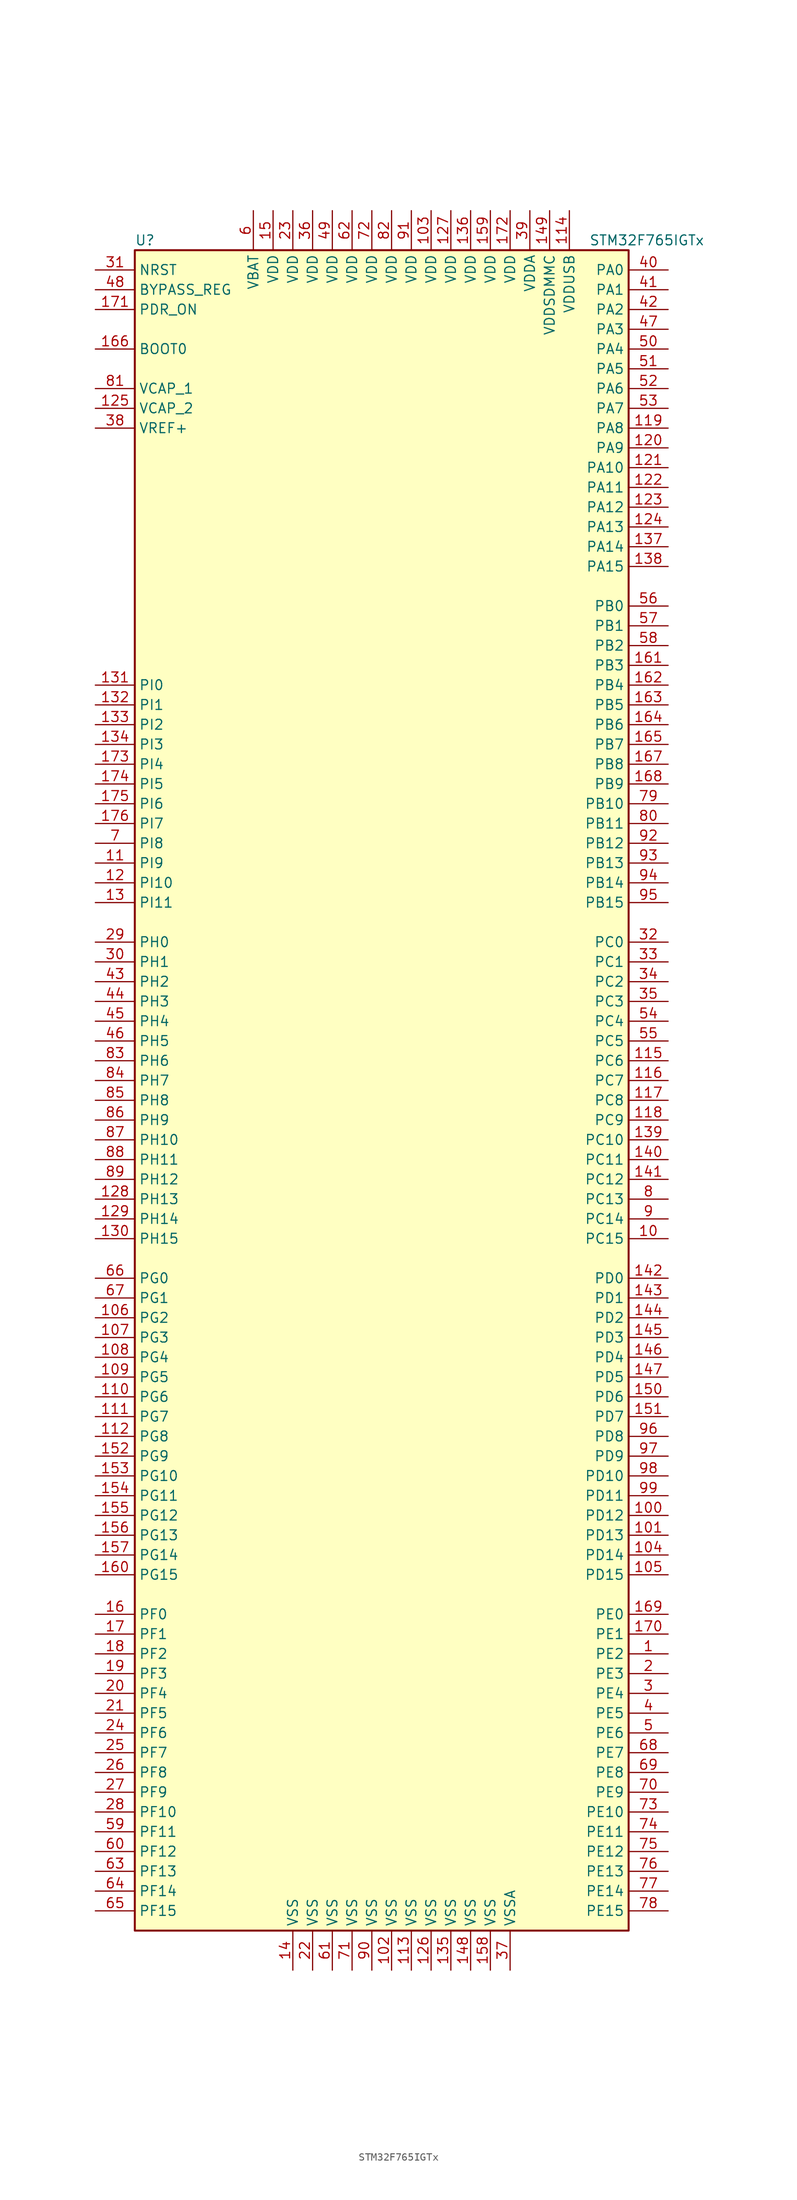
<source format=kicad_sym>
(kicad_symbol_lib
  (version 20201005)
  (generator kicad_symbol_editor)
  (symbol "STM32F765IGTx"
    (property "Reference" "U"
      (at -33.02 107.95 0)
      (effects (font (size 1.27 1.27)) (justify left)))
    (property "Value" "STM32F765IGTx"
      (at 25.4 107.95 0)
      (effects (font (size 1.27 1.27)) (justify left)))
    (symbol "STM32F765IGTx_0_1"
      (rectangle (start -33.02 -109.22) (end 30.48 106.68) (stroke (width 0.254)) (fill (type background))))
    (symbol "STM32F765IGTx_1_1"
      (pin input line (at -38.1 93.98 0) (length 5.08) (name "BOOT0" (effects (font (size 1.27 1.27)))) (number "166" (effects (font (size 1.27 1.27)))))
      (pin input line (at -38.1 101.6 0) (length 5.08) (name "BYPASS_REG" (effects (font (size 1.27 1.27)))) (number "48" (effects (font (size 1.27 1.27)))))
      (pin input line (at -38.1 104.14 0) (length 5.08) (name "NRST" (effects (font (size 1.27 1.27)))) (number "31" (effects (font (size 1.27 1.27)))))
      (pin bidirectional line (at 35.56 104.14 180) (length 5.08) (name "PA0" (effects (font (size 1.27 1.27)))) (number "40" (effects (font (size 1.27 1.27)))))
      (pin bidirectional line (at 35.56 101.6 180) (length 5.08) (name "PA1" (effects (font (size 1.27 1.27)))) (number "41" (effects (font (size 1.27 1.27)))))
      (pin bidirectional line (at 35.56 78.74 180) (length 5.08) (name "PA10" (effects (font (size 1.27 1.27)))) (number "121" (effects (font (size 1.27 1.27)))))
      (pin bidirectional line (at 35.56 76.2 180) (length 5.08) (name "PA11" (effects (font (size 1.27 1.27)))) (number "122" (effects (font (size 1.27 1.27)))))
      (pin bidirectional line (at 35.56 73.66 180) (length 5.08) (name "PA12" (effects (font (size 1.27 1.27)))) (number "123" (effects (font (size 1.27 1.27)))))
      (pin bidirectional line (at 35.56 71.12 180) (length 5.08) (name "PA13" (effects (font (size 1.27 1.27)))) (number "124" (effects (font (size 1.27 1.27)))))
      (pin bidirectional line (at 35.56 68.58 180) (length 5.08) (name "PA14" (effects (font (size 1.27 1.27)))) (number "137" (effects (font (size 1.27 1.27)))))
      (pin bidirectional line (at 35.56 66.04 180) (length 5.08) (name "PA15" (effects (font (size 1.27 1.27)))) (number "138" (effects (font (size 1.27 1.27)))))
      (pin bidirectional line (at 35.56 99.06 180) (length 5.08) (name "PA2" (effects (font (size 1.27 1.27)))) (number "42" (effects (font (size 1.27 1.27)))))
      (pin bidirectional line (at 35.56 96.52 180) (length 5.08) (name "PA3" (effects (font (size 1.27 1.27)))) (number "47" (effects (font (size 1.27 1.27)))))
      (pin bidirectional line (at 35.56 93.98 180) (length 5.08) (name "PA4" (effects (font (size 1.27 1.27)))) (number "50" (effects (font (size 1.27 1.27)))))
      (pin bidirectional line (at 35.56 91.44 180) (length 5.08) (name "PA5" (effects (font (size 1.27 1.27)))) (number "51" (effects (font (size 1.27 1.27)))))
      (pin bidirectional line (at 35.56 88.9 180) (length 5.08) (name "PA6" (effects (font (size 1.27 1.27)))) (number "52" (effects (font (size 1.27 1.27)))))
      (pin bidirectional line (at 35.56 86.36 180) (length 5.08) (name "PA7" (effects (font (size 1.27 1.27)))) (number "53" (effects (font (size 1.27 1.27)))))
      (pin bidirectional line (at 35.56 83.82 180) (length 5.08) (name "PA8" (effects (font (size 1.27 1.27)))) (number "119" (effects (font (size 1.27 1.27)))))
      (pin bidirectional line (at 35.56 81.28 180) (length 5.08) (name "PA9" (effects (font (size 1.27 1.27)))) (number "120" (effects (font (size 1.27 1.27)))))
      (pin bidirectional line (at 35.56 60.96 180) (length 5.08) (name "PB0" (effects (font (size 1.27 1.27)))) (number "56" (effects (font (size 1.27 1.27)))))
      (pin bidirectional line (at 35.56 58.42 180) (length 5.08) (name "PB1" (effects (font (size 1.27 1.27)))) (number "57" (effects (font (size 1.27 1.27)))))
      (pin bidirectional line (at 35.56 35.56 180) (length 5.08) (name "PB10" (effects (font (size 1.27 1.27)))) (number "79" (effects (font (size 1.27 1.27)))))
      (pin bidirectional line (at 35.56 33.02 180) (length 5.08) (name "PB11" (effects (font (size 1.27 1.27)))) (number "80" (effects (font (size 1.27 1.27)))))
      (pin bidirectional line (at 35.56 30.48 180) (length 5.08) (name "PB12" (effects (font (size 1.27 1.27)))) (number "92" (effects (font (size 1.27 1.27)))))
      (pin bidirectional line (at 35.56 27.94 180) (length 5.08) (name "PB13" (effects (font (size 1.27 1.27)))) (number "93" (effects (font (size 1.27 1.27)))))
      (pin bidirectional line (at 35.56 25.4 180) (length 5.08) (name "PB14" (effects (font (size 1.27 1.27)))) (number "94" (effects (font (size 1.27 1.27)))))
      (pin bidirectional line (at 35.56 22.86 180) (length 5.08) (name "PB15" (effects (font (size 1.27 1.27)))) (number "95" (effects (font (size 1.27 1.27)))))
      (pin bidirectional line (at 35.56 55.88 180) (length 5.08) (name "PB2" (effects (font (size 1.27 1.27)))) (number "58" (effects (font (size 1.27 1.27)))))
      (pin bidirectional line (at 35.56 53.34 180) (length 5.08) (name "PB3" (effects (font (size 1.27 1.27)))) (number "161" (effects (font (size 1.27 1.27)))))
      (pin bidirectional line (at 35.56 50.8 180) (length 5.08) (name "PB4" (effects (font (size 1.27 1.27)))) (number "162" (effects (font (size 1.27 1.27)))))
      (pin bidirectional line (at 35.56 48.26 180) (length 5.08) (name "PB5" (effects (font (size 1.27 1.27)))) (number "163" (effects (font (size 1.27 1.27)))))
      (pin bidirectional line (at 35.56 45.72 180) (length 5.08) (name "PB6" (effects (font (size 1.27 1.27)))) (number "164" (effects (font (size 1.27 1.27)))))
      (pin bidirectional line (at 35.56 43.18 180) (length 5.08) (name "PB7" (effects (font (size 1.27 1.27)))) (number "165" (effects (font (size 1.27 1.27)))))
      (pin bidirectional line (at 35.56 40.64 180) (length 5.08) (name "PB8" (effects (font (size 1.27 1.27)))) (number "167" (effects (font (size 1.27 1.27)))))
      (pin bidirectional line (at 35.56 38.1 180) (length 5.08) (name "PB9" (effects (font (size 1.27 1.27)))) (number "168" (effects (font (size 1.27 1.27)))))
      (pin bidirectional line (at 35.56 17.78 180) (length 5.08) (name "PC0" (effects (font (size 1.27 1.27)))) (number "32" (effects (font (size 1.27 1.27)))))
      (pin bidirectional line (at 35.56 15.24 180) (length 5.08) (name "PC1" (effects (font (size 1.27 1.27)))) (number "33" (effects (font (size 1.27 1.27)))))
      (pin bidirectional line (at 35.56 -7.62 180) (length 5.08) (name "PC10" (effects (font (size 1.27 1.27)))) (number "139" (effects (font (size 1.27 1.27)))))
      (pin bidirectional line (at 35.56 -10.16 180) (length 5.08) (name "PC11" (effects (font (size 1.27 1.27)))) (number "140" (effects (font (size 1.27 1.27)))))
      (pin bidirectional line (at 35.56 -12.7 180) (length 5.08) (name "PC12" (effects (font (size 1.27 1.27)))) (number "141" (effects (font (size 1.27 1.27)))))
      (pin bidirectional line (at 35.56 -15.24 180) (length 5.08) (name "PC13" (effects (font (size 1.27 1.27)))) (number "8" (effects (font (size 1.27 1.27)))))
      (pin bidirectional line (at 35.56 -17.78 180) (length 5.08) (name "PC14" (effects (font (size 1.27 1.27)))) (number "9" (effects (font (size 1.27 1.27)))))
      (pin bidirectional line (at 35.56 -20.32 180) (length 5.08) (name "PC15" (effects (font (size 1.27 1.27)))) (number "10" (effects (font (size 1.27 1.27)))))
      (pin bidirectional line (at 35.56 12.7 180) (length 5.08) (name "PC2" (effects (font (size 1.27 1.27)))) (number "34" (effects (font (size 1.27 1.27)))))
      (pin bidirectional line (at 35.56 10.16 180) (length 5.08) (name "PC3" (effects (font (size 1.27 1.27)))) (number "35" (effects (font (size 1.27 1.27)))))
      (pin bidirectional line (at 35.56 7.62 180) (length 5.08) (name "PC4" (effects (font (size 1.27 1.27)))) (number "54" (effects (font (size 1.27 1.27)))))
      (pin bidirectional line (at 35.56 5.08 180) (length 5.08) (name "PC5" (effects (font (size 1.27 1.27)))) (number "55" (effects (font (size 1.27 1.27)))))
      (pin bidirectional line (at 35.56 2.54 180) (length 5.08) (name "PC6" (effects (font (size 1.27 1.27)))) (number "115" (effects (font (size 1.27 1.27)))))
      (pin bidirectional line (at 35.56 0 180) (length 5.08) (name "PC7" (effects (font (size 1.27 1.27)))) (number "116" (effects (font (size 1.27 1.27)))))
      (pin bidirectional line (at 35.56 -2.54 180) (length 5.08) (name "PC8" (effects (font (size 1.27 1.27)))) (number "117" (effects (font (size 1.27 1.27)))))
      (pin bidirectional line (at 35.56 -5.08 180) (length 5.08) (name "PC9" (effects (font (size 1.27 1.27)))) (number "118" (effects (font (size 1.27 1.27)))))
      (pin bidirectional line (at 35.56 -25.4 180) (length 5.08) (name "PD0" (effects (font (size 1.27 1.27)))) (number "142" (effects (font (size 1.27 1.27)))))
      (pin bidirectional line (at 35.56 -27.94 180) (length 5.08) (name "PD1" (effects (font (size 1.27 1.27)))) (number "143" (effects (font (size 1.27 1.27)))))
      (pin bidirectional line (at 35.56 -50.8 180) (length 5.08) (name "PD10" (effects (font (size 1.27 1.27)))) (number "98" (effects (font (size 1.27 1.27)))))
      (pin bidirectional line (at 35.56 -53.34 180) (length 5.08) (name "PD11" (effects (font (size 1.27 1.27)))) (number "99" (effects (font (size 1.27 1.27)))))
      (pin bidirectional line (at 35.56 -55.88 180) (length 5.08) (name "PD12" (effects (font (size 1.27 1.27)))) (number "100" (effects (font (size 1.27 1.27)))))
      (pin bidirectional line (at 35.56 -58.42 180) (length 5.08) (name "PD13" (effects (font (size 1.27 1.27)))) (number "101" (effects (font (size 1.27 1.27)))))
      (pin bidirectional line (at 35.56 -60.96 180) (length 5.08) (name "PD14" (effects (font (size 1.27 1.27)))) (number "104" (effects (font (size 1.27 1.27)))))
      (pin bidirectional line (at 35.56 -63.5 180) (length 5.08) (name "PD15" (effects (font (size 1.27 1.27)))) (number "105" (effects (font (size 1.27 1.27)))))
      (pin bidirectional line (at 35.56 -30.48 180) (length 5.08) (name "PD2" (effects (font (size 1.27 1.27)))) (number "144" (effects (font (size 1.27 1.27)))))
      (pin bidirectional line (at 35.56 -33.02 180) (length 5.08) (name "PD3" (effects (font (size 1.27 1.27)))) (number "145" (effects (font (size 1.27 1.27)))))
      (pin bidirectional line (at 35.56 -35.56 180) (length 5.08) (name "PD4" (effects (font (size 1.27 1.27)))) (number "146" (effects (font (size 1.27 1.27)))))
      (pin bidirectional line (at 35.56 -38.1 180) (length 5.08) (name "PD5" (effects (font (size 1.27 1.27)))) (number "147" (effects (font (size 1.27 1.27)))))
      (pin bidirectional line (at 35.56 -40.64 180) (length 5.08) (name "PD6" (effects (font (size 1.27 1.27)))) (number "150" (effects (font (size 1.27 1.27)))))
      (pin bidirectional line (at 35.56 -43.18 180) (length 5.08) (name "PD7" (effects (font (size 1.27 1.27)))) (number "151" (effects (font (size 1.27 1.27)))))
      (pin bidirectional line (at 35.56 -45.72 180) (length 5.08) (name "PD8" (effects (font (size 1.27 1.27)))) (number "96" (effects (font (size 1.27 1.27)))))
      (pin bidirectional line (at 35.56 -48.26 180) (length 5.08) (name "PD9" (effects (font (size 1.27 1.27)))) (number "97" (effects (font (size 1.27 1.27)))))
      (pin input line (at -38.1 99.06 0) (length 5.08) (name "PDR_ON" (effects (font (size 1.27 1.27)))) (number "171" (effects (font (size 1.27 1.27)))))
      (pin bidirectional line (at 35.56 -68.58 180) (length 5.08) (name "PE0" (effects (font (size 1.27 1.27)))) (number "169" (effects (font (size 1.27 1.27)))))
      (pin bidirectional line (at 35.56 -71.12 180) (length 5.08) (name "PE1" (effects (font (size 1.27 1.27)))) (number "170" (effects (font (size 1.27 1.27)))))
      (pin bidirectional line (at 35.56 -93.98 180) (length 5.08) (name "PE10" (effects (font (size 1.27 1.27)))) (number "73" (effects (font (size 1.27 1.27)))))
      (pin bidirectional line (at 35.56 -96.52 180) (length 5.08) (name "PE11" (effects (font (size 1.27 1.27)))) (number "74" (effects (font (size 1.27 1.27)))))
      (pin bidirectional line (at 35.56 -99.06 180) (length 5.08) (name "PE12" (effects (font (size 1.27 1.27)))) (number "75" (effects (font (size 1.27 1.27)))))
      (pin bidirectional line (at 35.56 -101.6 180) (length 5.08) (name "PE13" (effects (font (size 1.27 1.27)))) (number "76" (effects (font (size 1.27 1.27)))))
      (pin bidirectional line (at 35.56 -104.14 180) (length 5.08) (name "PE14" (effects (font (size 1.27 1.27)))) (number "77" (effects (font (size 1.27 1.27)))))
      (pin bidirectional line (at 35.56 -106.68 180) (length 5.08) (name "PE15" (effects (font (size 1.27 1.27)))) (number "78" (effects (font (size 1.27 1.27)))))
      (pin bidirectional line (at 35.56 -73.66 180) (length 5.08) (name "PE2" (effects (font (size 1.27 1.27)))) (number "1" (effects (font (size 1.27 1.27)))))
      (pin bidirectional line (at 35.56 -76.2 180) (length 5.08) (name "PE3" (effects (font (size 1.27 1.27)))) (number "2" (effects (font (size 1.27 1.27)))))
      (pin bidirectional line (at 35.56 -78.74 180) (length 5.08) (name "PE4" (effects (font (size 1.27 1.27)))) (number "3" (effects (font (size 1.27 1.27)))))
      (pin bidirectional line (at 35.56 -81.28 180) (length 5.08) (name "PE5" (effects (font (size 1.27 1.27)))) (number "4" (effects (font (size 1.27 1.27)))))
      (pin bidirectional line (at 35.56 -83.82 180) (length 5.08) (name "PE6" (effects (font (size 1.27 1.27)))) (number "5" (effects (font (size 1.27 1.27)))))
      (pin bidirectional line (at 35.56 -86.36 180) (length 5.08) (name "PE7" (effects (font (size 1.27 1.27)))) (number "68" (effects (font (size 1.27 1.27)))))
      (pin bidirectional line (at 35.56 -88.9 180) (length 5.08) (name "PE8" (effects (font (size 1.27 1.27)))) (number "69" (effects (font (size 1.27 1.27)))))
      (pin bidirectional line (at 35.56 -91.44 180) (length 5.08) (name "PE9" (effects (font (size 1.27 1.27)))) (number "70" (effects (font (size 1.27 1.27)))))
      (pin bidirectional line (at -38.1 -68.58 0) (length 5.08) (name "PF0" (effects (font (size 1.27 1.27)))) (number "16" (effects (font (size 1.27 1.27)))))
      (pin bidirectional line (at -38.1 -71.12 0) (length 5.08) (name "PF1" (effects (font (size 1.27 1.27)))) (number "17" (effects (font (size 1.27 1.27)))))
      (pin bidirectional line (at -38.1 -93.98 0) (length 5.08) (name "PF10" (effects (font (size 1.27 1.27)))) (number "28" (effects (font (size 1.27 1.27)))))
      (pin bidirectional line (at -38.1 -96.52 0) (length 5.08) (name "PF11" (effects (font (size 1.27 1.27)))) (number "59" (effects (font (size 1.27 1.27)))))
      (pin bidirectional line (at -38.1 -99.06 0) (length 5.08) (name "PF12" (effects (font (size 1.27 1.27)))) (number "60" (effects (font (size 1.27 1.27)))))
      (pin bidirectional line (at -38.1 -101.6 0) (length 5.08) (name "PF13" (effects (font (size 1.27 1.27)))) (number "63" (effects (font (size 1.27 1.27)))))
      (pin bidirectional line (at -38.1 -104.14 0) (length 5.08) (name "PF14" (effects (font (size 1.27 1.27)))) (number "64" (effects (font (size 1.27 1.27)))))
      (pin bidirectional line (at -38.1 -106.68 0) (length 5.08) (name "PF15" (effects (font (size 1.27 1.27)))) (number "65" (effects (font (size 1.27 1.27)))))
      (pin bidirectional line (at -38.1 -73.66 0) (length 5.08) (name "PF2" (effects (font (size 1.27 1.27)))) (number "18" (effects (font (size 1.27 1.27)))))
      (pin bidirectional line (at -38.1 -76.2 0) (length 5.08) (name "PF3" (effects (font (size 1.27 1.27)))) (number "19" (effects (font (size 1.27 1.27)))))
      (pin bidirectional line (at -38.1 -78.74 0) (length 5.08) (name "PF4" (effects (font (size 1.27 1.27)))) (number "20" (effects (font (size 1.27 1.27)))))
      (pin bidirectional line (at -38.1 -81.28 0) (length 5.08) (name "PF5" (effects (font (size 1.27 1.27)))) (number "21" (effects (font (size 1.27 1.27)))))
      (pin bidirectional line (at -38.1 -83.82 0) (length 5.08) (name "PF6" (effects (font (size 1.27 1.27)))) (number "24" (effects (font (size 1.27 1.27)))))
      (pin bidirectional line (at -38.1 -86.36 0) (length 5.08) (name "PF7" (effects (font (size 1.27 1.27)))) (number "25" (effects (font (size 1.27 1.27)))))
      (pin bidirectional line (at -38.1 -88.9 0) (length 5.08) (name "PF8" (effects (font (size 1.27 1.27)))) (number "26" (effects (font (size 1.27 1.27)))))
      (pin bidirectional line (at -38.1 -91.44 0) (length 5.08) (name "PF9" (effects (font (size 1.27 1.27)))) (number "27" (effects (font (size 1.27 1.27)))))
      (pin bidirectional line (at -38.1 -25.4 0) (length 5.08) (name "PG0" (effects (font (size 1.27 1.27)))) (number "66" (effects (font (size 1.27 1.27)))))
      (pin bidirectional line (at -38.1 -27.94 0) (length 5.08) (name "PG1" (effects (font (size 1.27 1.27)))) (number "67" (effects (font (size 1.27 1.27)))))
      (pin bidirectional line (at -38.1 -50.8 0) (length 5.08) (name "PG10" (effects (font (size 1.27 1.27)))) (number "153" (effects (font (size 1.27 1.27)))))
      (pin bidirectional line (at -38.1 -53.34 0) (length 5.08) (name "PG11" (effects (font (size 1.27 1.27)))) (number "154" (effects (font (size 1.27 1.27)))))
      (pin bidirectional line (at -38.1 -55.88 0) (length 5.08) (name "PG12" (effects (font (size 1.27 1.27)))) (number "155" (effects (font (size 1.27 1.27)))))
      (pin bidirectional line (at -38.1 -58.42 0) (length 5.08) (name "PG13" (effects (font (size 1.27 1.27)))) (number "156" (effects (font (size 1.27 1.27)))))
      (pin bidirectional line (at -38.1 -60.96 0) (length 5.08) (name "PG14" (effects (font (size 1.27 1.27)))) (number "157" (effects (font (size 1.27 1.27)))))
      (pin bidirectional line (at -38.1 -63.5 0) (length 5.08) (name "PG15" (effects (font (size 1.27 1.27)))) (number "160" (effects (font (size 1.27 1.27)))))
      (pin bidirectional line (at -38.1 -30.48 0) (length 5.08) (name "PG2" (effects (font (size 1.27 1.27)))) (number "106" (effects (font (size 1.27 1.27)))))
      (pin bidirectional line (at -38.1 -33.02 0) (length 5.08) (name "PG3" (effects (font (size 1.27 1.27)))) (number "107" (effects (font (size 1.27 1.27)))))
      (pin bidirectional line (at -38.1 -35.56 0) (length 5.08) (name "PG4" (effects (font (size 1.27 1.27)))) (number "108" (effects (font (size 1.27 1.27)))))
      (pin bidirectional line (at -38.1 -38.1 0) (length 5.08) (name "PG5" (effects (font (size 1.27 1.27)))) (number "109" (effects (font (size 1.27 1.27)))))
      (pin bidirectional line (at -38.1 -40.64 0) (length 5.08) (name "PG6" (effects (font (size 1.27 1.27)))) (number "110" (effects (font (size 1.27 1.27)))))
      (pin bidirectional line (at -38.1 -43.18 0) (length 5.08) (name "PG7" (effects (font (size 1.27 1.27)))) (number "111" (effects (font (size 1.27 1.27)))))
      (pin bidirectional line (at -38.1 -45.72 0) (length 5.08) (name "PG8" (effects (font (size 1.27 1.27)))) (number "112" (effects (font (size 1.27 1.27)))))
      (pin bidirectional line (at -38.1 -48.26 0) (length 5.08) (name "PG9" (effects (font (size 1.27 1.27)))) (number "152" (effects (font (size 1.27 1.27)))))
      (pin input line (at -38.1 17.78 0) (length 5.08) (name "PH0" (effects (font (size 1.27 1.27)))) (number "29" (effects (font (size 1.27 1.27)))))
      (pin input line (at -38.1 15.24 0) (length 5.08) (name "PH1" (effects (font (size 1.27 1.27)))) (number "30" (effects (font (size 1.27 1.27)))))
      (pin bidirectional line (at -38.1 -7.62 0) (length 5.08) (name "PH10" (effects (font (size 1.27 1.27)))) (number "87" (effects (font (size 1.27 1.27)))))
      (pin bidirectional line (at -38.1 -10.16 0) (length 5.08) (name "PH11" (effects (font (size 1.27 1.27)))) (number "88" (effects (font (size 1.27 1.27)))))
      (pin bidirectional line (at -38.1 -12.7 0) (length 5.08) (name "PH12" (effects (font (size 1.27 1.27)))) (number "89" (effects (font (size 1.27 1.27)))))
      (pin bidirectional line (at -38.1 -15.24 0) (length 5.08) (name "PH13" (effects (font (size 1.27 1.27)))) (number "128" (effects (font (size 1.27 1.27)))))
      (pin bidirectional line (at -38.1 -17.78 0) (length 5.08) (name "PH14" (effects (font (size 1.27 1.27)))) (number "129" (effects (font (size 1.27 1.27)))))
      (pin bidirectional line (at -38.1 -20.32 0) (length 5.08) (name "PH15" (effects (font (size 1.27 1.27)))) (number "130" (effects (font (size 1.27 1.27)))))
      (pin bidirectional line (at -38.1 12.7 0) (length 5.08) (name "PH2" (effects (font (size 1.27 1.27)))) (number "43" (effects (font (size 1.27 1.27)))))
      (pin bidirectional line (at -38.1 10.16 0) (length 5.08) (name "PH3" (effects (font (size 1.27 1.27)))) (number "44" (effects (font (size 1.27 1.27)))))
      (pin bidirectional line (at -38.1 7.62 0) (length 5.08) (name "PH4" (effects (font (size 1.27 1.27)))) (number "45" (effects (font (size 1.27 1.27)))))
      (pin bidirectional line (at -38.1 5.08 0) (length 5.08) (name "PH5" (effects (font (size 1.27 1.27)))) (number "46" (effects (font (size 1.27 1.27)))))
      (pin bidirectional line (at -38.1 2.54 0) (length 5.08) (name "PH6" (effects (font (size 1.27 1.27)))) (number "83" (effects (font (size 1.27 1.27)))))
      (pin bidirectional line (at -38.1 0 0) (length 5.08) (name "PH7" (effects (font (size 1.27 1.27)))) (number "84" (effects (font (size 1.27 1.27)))))
      (pin bidirectional line (at -38.1 -2.54 0) (length 5.08) (name "PH8" (effects (font (size 1.27 1.27)))) (number "85" (effects (font (size 1.27 1.27)))))
      (pin bidirectional line (at -38.1 -5.08 0) (length 5.08) (name "PH9" (effects (font (size 1.27 1.27)))) (number "86" (effects (font (size 1.27 1.27)))))
      (pin bidirectional line (at -38.1 50.8 0) (length 5.08) (name "PI0" (effects (font (size 1.27 1.27)))) (number "131" (effects (font (size 1.27 1.27)))))
      (pin bidirectional line (at -38.1 48.26 0) (length 5.08) (name "PI1" (effects (font (size 1.27 1.27)))) (number "132" (effects (font (size 1.27 1.27)))))
      (pin bidirectional line (at -38.1 25.4 0) (length 5.08) (name "PI10" (effects (font (size 1.27 1.27)))) (number "12" (effects (font (size 1.27 1.27)))))
      (pin bidirectional line (at -38.1 22.86 0) (length 5.08) (name "PI11" (effects (font (size 1.27 1.27)))) (number "13" (effects (font (size 1.27 1.27)))))
      (pin bidirectional line (at -38.1 45.72 0) (length 5.08) (name "PI2" (effects (font (size 1.27 1.27)))) (number "133" (effects (font (size 1.27 1.27)))))
      (pin bidirectional line (at -38.1 43.18 0) (length 5.08) (name "PI3" (effects (font (size 1.27 1.27)))) (number "134" (effects (font (size 1.27 1.27)))))
      (pin bidirectional line (at -38.1 40.64 0) (length 5.08) (name "PI4" (effects (font (size 1.27 1.27)))) (number "173" (effects (font (size 1.27 1.27)))))
      (pin bidirectional line (at -38.1 38.1 0) (length 5.08) (name "PI5" (effects (font (size 1.27 1.27)))) (number "174" (effects (font (size 1.27 1.27)))))
      (pin bidirectional line (at -38.1 35.56 0) (length 5.08) (name "PI6" (effects (font (size 1.27 1.27)))) (number "175" (effects (font (size 1.27 1.27)))))
      (pin bidirectional line (at -38.1 33.02 0) (length 5.08) (name "PI7" (effects (font (size 1.27 1.27)))) (number "176" (effects (font (size 1.27 1.27)))))
      (pin bidirectional line (at -38.1 30.48 0) (length 5.08) (name "PI8" (effects (font (size 1.27 1.27)))) (number "7" (effects (font (size 1.27 1.27)))))
      (pin bidirectional line (at -38.1 27.94 0) (length 5.08) (name "PI9" (effects (font (size 1.27 1.27)))) (number "11" (effects (font (size 1.27 1.27)))))
      (pin power_in line (at -17.78 111.76 270) (length 5.08) (name "VBAT" (effects (font (size 1.27 1.27)))) (number "6" (effects (font (size 1.27 1.27)))))
      (pin power_in line (at -38.1 88.9 0) (length 5.08) (name "VCAP_1" (effects (font (size 1.27 1.27)))) (number "81" (effects (font (size 1.27 1.27)))))
      (pin power_in line (at -38.1 86.36 0) (length 5.08) (name "VCAP_2" (effects (font (size 1.27 1.27)))) (number "125" (effects (font (size 1.27 1.27)))))
      (pin power_in line (at 5.08 111.76 270) (length 5.08) (name "VDD" (effects (font (size 1.27 1.27)))) (number "103" (effects (font (size 1.27 1.27)))))
      (pin power_in line (at 7.62 111.76 270) (length 5.08) (name "VDD" (effects (font (size 1.27 1.27)))) (number "127" (effects (font (size 1.27 1.27)))))
      (pin power_in line (at 10.16 111.76 270) (length 5.08) (name "VDD" (effects (font (size 1.27 1.27)))) (number "136" (effects (font (size 1.27 1.27)))))
      (pin power_in line (at -15.24 111.76 270) (length 5.08) (name "VDD" (effects (font (size 1.27 1.27)))) (number "15" (effects (font (size 1.27 1.27)))))
      (pin power_in line (at 12.7 111.76 270) (length 5.08) (name "VDD" (effects (font (size 1.27 1.27)))) (number "159" (effects (font (size 1.27 1.27)))))
      (pin power_in line (at 15.24 111.76 270) (length 5.08) (name "VDD" (effects (font (size 1.27 1.27)))) (number "172" (effects (font (size 1.27 1.27)))))
      (pin power_in line (at -12.7 111.76 270) (length 5.08) (name "VDD" (effects (font (size 1.27 1.27)))) (number "23" (effects (font (size 1.27 1.27)))))
      (pin power_in line (at -10.16 111.76 270) (length 5.08) (name "VDD" (effects (font (size 1.27 1.27)))) (number "36" (effects (font (size 1.27 1.27)))))
      (pin power_in line (at -7.62 111.76 270) (length 5.08) (name "VDD" (effects (font (size 1.27 1.27)))) (number "49" (effects (font (size 1.27 1.27)))))
      (pin power_in line (at -5.08 111.76 270) (length 5.08) (name "VDD" (effects (font (size 1.27 1.27)))) (number "62" (effects (font (size 1.27 1.27)))))
      (pin power_in line (at -2.54 111.76 270) (length 5.08) (name "VDD" (effects (font (size 1.27 1.27)))) (number "72" (effects (font (size 1.27 1.27)))))
      (pin power_in line (at 0 111.76 270) (length 5.08) (name "VDD" (effects (font (size 1.27 1.27)))) (number "82" (effects (font (size 1.27 1.27)))))
      (pin power_in line (at 2.54 111.76 270) (length 5.08) (name "VDD" (effects (font (size 1.27 1.27)))) (number "91" (effects (font (size 1.27 1.27)))))
      (pin power_in line (at 17.78 111.76 270) (length 5.08) (name "VDDA" (effects (font (size 1.27 1.27)))) (number "39" (effects (font (size 1.27 1.27)))))
      (pin power_in line (at 20.32 111.76 270) (length 5.08) (name "VDDSDMMC" (effects (font (size 1.27 1.27)))) (number "149" (effects (font (size 1.27 1.27)))))
      (pin power_in line (at 22.86 111.76 270) (length 5.08) (name "VDDUSB" (effects (font (size 1.27 1.27)))) (number "114" (effects (font (size 1.27 1.27)))))
      (pin power_in line (at -38.1 83.82 0) (length 5.08) (name "VREF+" (effects (font (size 1.27 1.27)))) (number "38" (effects (font (size 1.27 1.27)))))
      (pin power_in line (at 0 -114.3 90) (length 5.08) (name "VSS" (effects (font (size 1.27 1.27)))) (number "102" (effects (font (size 1.27 1.27)))))
      (pin power_in line (at 2.54 -114.3 90) (length 5.08) (name "VSS" (effects (font (size 1.27 1.27)))) (number "113" (effects (font (size 1.27 1.27)))))
      (pin power_in line (at 5.08 -114.3 90) (length 5.08) (name "VSS" (effects (font (size 1.27 1.27)))) (number "126" (effects (font (size 1.27 1.27)))))
      (pin power_in line (at 7.62 -114.3 90) (length 5.08) (name "VSS" (effects (font (size 1.27 1.27)))) (number "135" (effects (font (size 1.27 1.27)))))
      (pin power_in line (at -12.7 -114.3 90) (length 5.08) (name "VSS" (effects (font (size 1.27 1.27)))) (number "14" (effects (font (size 1.27 1.27)))))
      (pin power_in line (at 10.16 -114.3 90) (length 5.08) (name "VSS" (effects (font (size 1.27 1.27)))) (number "148" (effects (font (size 1.27 1.27)))))
      (pin power_in line (at 12.7 -114.3 90) (length 5.08) (name "VSS" (effects (font (size 1.27 1.27)))) (number "158" (effects (font (size 1.27 1.27)))))
      (pin power_in line (at -10.16 -114.3 90) (length 5.08) (name "VSS" (effects (font (size 1.27 1.27)))) (number "22" (effects (font (size 1.27 1.27)))))
      (pin power_in line (at -7.62 -114.3 90) (length 5.08) (name "VSS" (effects (font (size 1.27 1.27)))) (number "61" (effects (font (size 1.27 1.27)))))
      (pin power_in line (at -5.08 -114.3 90) (length 5.08) (name "VSS" (effects (font (size 1.27 1.27)))) (number "71" (effects (font (size 1.27 1.27)))))
      (pin power_in line (at -2.54 -114.3 90) (length 5.08) (name "VSS" (effects (font (size 1.27 1.27)))) (number "90" (effects (font (size 1.27 1.27)))))
      (pin power_in line (at 15.24 -114.3 90) (length 5.08) (name "VSSA" (effects (font (size 1.27 1.27)))) (number "37" (effects (font (size 1.27 1.27))))))))
</source>
